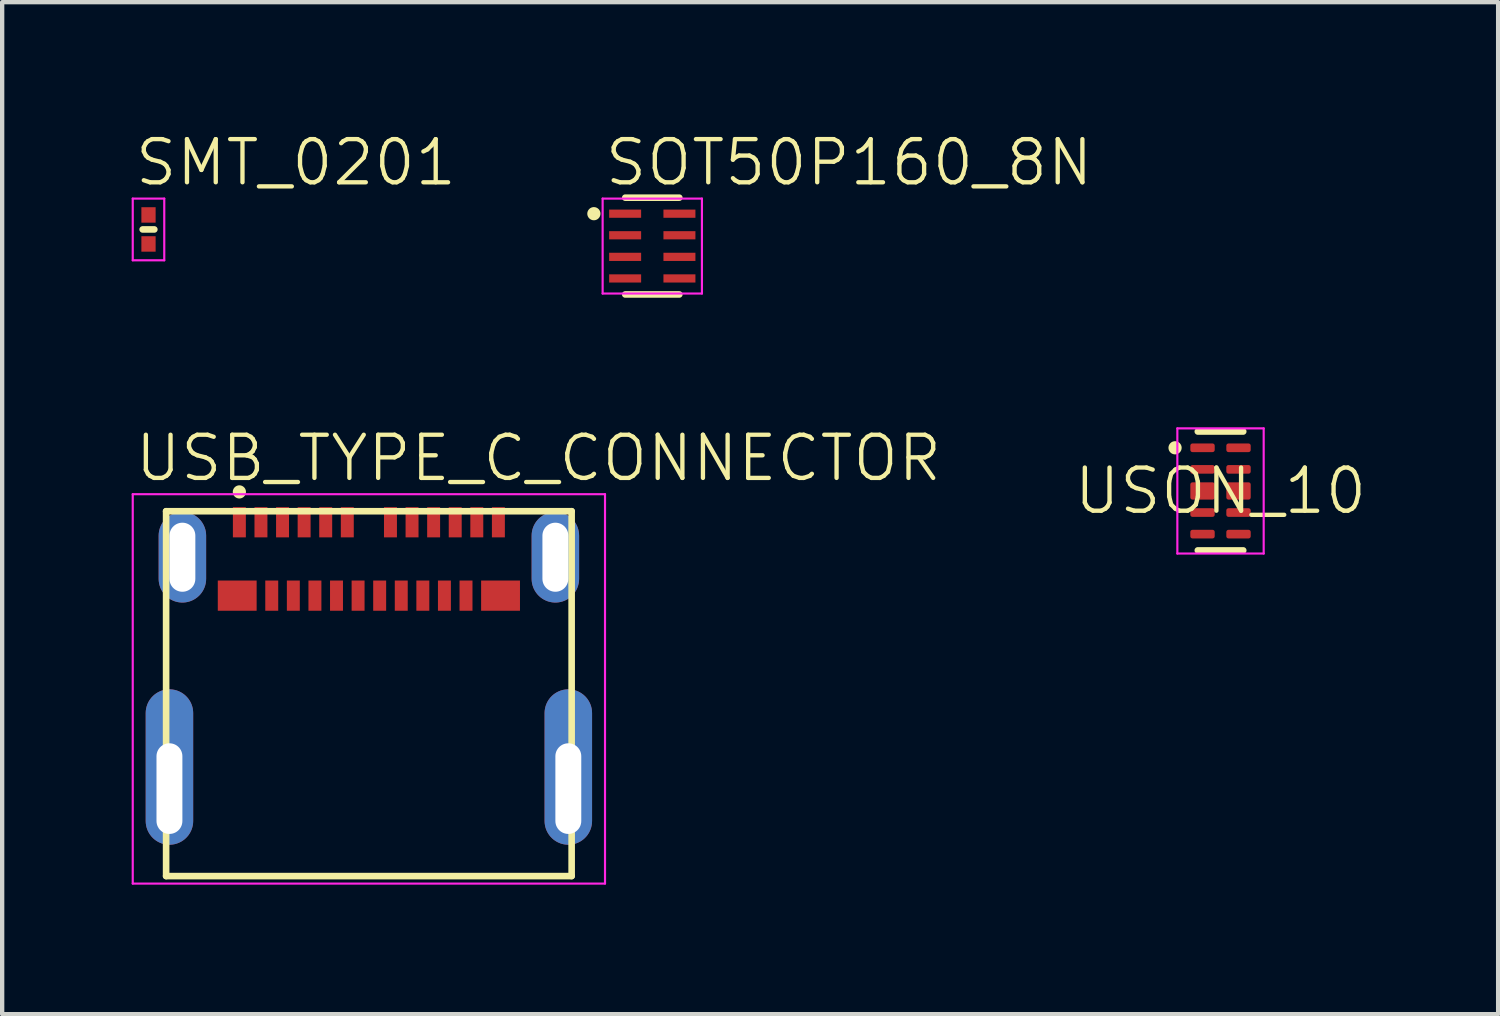
<source format=kicad_pcb>
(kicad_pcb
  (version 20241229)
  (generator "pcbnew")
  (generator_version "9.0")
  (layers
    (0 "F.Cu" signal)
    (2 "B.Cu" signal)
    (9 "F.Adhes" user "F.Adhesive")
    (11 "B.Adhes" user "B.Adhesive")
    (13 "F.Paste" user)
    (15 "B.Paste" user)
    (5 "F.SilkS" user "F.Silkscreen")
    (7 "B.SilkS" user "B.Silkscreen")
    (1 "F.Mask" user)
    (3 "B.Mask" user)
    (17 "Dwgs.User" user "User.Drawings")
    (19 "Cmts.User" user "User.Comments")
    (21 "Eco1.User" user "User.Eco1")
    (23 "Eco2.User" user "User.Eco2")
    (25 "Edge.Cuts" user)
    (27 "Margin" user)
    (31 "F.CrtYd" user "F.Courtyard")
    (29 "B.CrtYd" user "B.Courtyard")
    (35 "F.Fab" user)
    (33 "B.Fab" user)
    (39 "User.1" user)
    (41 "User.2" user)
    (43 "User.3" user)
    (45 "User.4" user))
  (footprint "USON_10"
    (layer "F.Cu")
    (at 25.223 8.323)
    (property "Reference" "USON_10" (at 0 0 0) (layer "F.SilkS") (effects (font (size 1 1) (thickness 0.1))))
    (fp_line (start -0.526 -1.377) (end 0.526 -1.377) (stroke (width 0.153) (type solid)) (layer "F.SilkS"))
    (fp_line (start -0.526 1.377) (end 0.526 1.377) (stroke (width 0.153) (type solid)) (layer "F.SilkS"))
    (fp_poly (pts (xy -0.9 -1) (xy -0.903 -1.03) (xy -0.912 -1.059) (xy -0.926 -1.085) (xy -0.945 -1.108) (xy -0.968 -1.127) (xy -0.994 -1.141) (xy -1.023 -1.15) (xy -1.053 -1.153) (xy -1.083 -1.15) (xy -1.112 -1.141) (xy -1.138 -1.127) (xy -1.161 -1.108) (xy -1.18 -1.085) (xy -1.194 -1.059) (xy -1.203 -1.03) (xy -1.206 -1) (xy -1.203 -0.97) (xy -1.194 -0.941) (xy -1.18 -0.915) (xy -1.161 -0.892) (xy -1.138 -0.873) (xy -1.112 -0.859) (xy -1.083 -0.85) (xy -1.053 -0.847) (xy -1.023 -0.85) (xy -0.994 -0.859) (xy -0.968 -0.873) (xy -0.945 -0.892) (xy -0.926 -0.915) (xy -0.912 -0.941) (xy -0.903 -0.97)) (stroke (width 0) (type solid)) (fill yes) (layer "F.SilkS"))
    (fp_line (start -1 -1.45) (end -1 1.45) (stroke (width 0.05) (type solid)) (layer "F.CrtYd"))
    (fp_line (start -1 1.45) (end 1 1.45) (stroke (width 0.05) (type solid)) (layer "F.CrtYd"))
    (fp_line (start 1 -1.45) (end -1 -1.45) (stroke (width 0.05) (type solid)) (layer "F.CrtYd"))
    (fp_line (start 1 1.45) (end 1 -1.45) (stroke (width 0.05) (type solid)) (layer "F.CrtYd"))
    (fp_line (start -0.5 0) (end 0.5 0) (stroke (width 0.1) (type solid)) (layer "User.2"))
    (fp_line (start 0 0.5) (end 0 -0.5) (stroke (width 0.1) (type solid)) (layer "User.2"))
    (pad "1" smd roundrect (at -0.417 -1) (size 0.565 0.2) (layers "F.Cu" "F.Mask" "F.Paste") (roundrect_rratio 0.25))
    (pad "2" smd roundrect (at -0.417 -0.5) (size 0.565 0.2) (layers "F.Cu" "F.Mask" "F.Paste") (roundrect_rratio 0.25))
    (pad "3" smd roundrect (at -0.417 0) (size 0.565 0.4) (layers "F.Cu" "F.Mask" "F.Paste") (roundrect_rratio 0.125))
    (pad "4" smd roundrect (at -0.417 0.5) (size 0.565 0.2) (layers "F.Cu" "F.Mask" "F.Paste") (roundrect_rratio 0.25))
    (pad "5" smd roundrect (at -0.417 1) (size 0.565 0.2) (layers "F.Cu" "F.Mask" "F.Paste") (roundrect_rratio 0.25))
    (pad "6" smd roundrect (at 0.417 1) (size 0.565 0.2) (layers "F.Cu" "F.Mask" "F.Paste") (roundrect_rratio 0.25))
    (pad "7" smd roundrect (at 0.417 0.5) (size 0.565 0.2) (layers "F.Cu" "F.Mask" "F.Paste") (roundrect_rratio 0.25))
    (pad "8" smd roundrect (at 0.417 0) (size 0.565 0.4) (layers "F.Cu" "F.Mask" "F.Paste") (roundrect_rratio 0.125))
    (pad "9" smd roundrect (at 0.417 -0.5) (size 0.565 0.2) (layers "F.Cu" "F.Mask" "F.Paste") (roundrect_rratio 0.25))
    (pad "10" smd roundrect (at 0.417 -1) (size 0.565 0.2) (layers "F.Cu" "F.Mask" "F.Paste") (roundrect_rratio 0.25)))
  (footprint "SMT_0201"
    (layer "F.Cu")
    (at 0.39 2.265)
    (property "Reference" "SMT_0201" (at -0.365 -0.965 0) (layer "F.SilkS") (effects (font (size 1 1) (thickness 0.1)) (justify left bottom)))
    (fp_line (start -0.135 0) (end 0.135 0) (stroke (width 0.153) (type solid)) (layer "F.SilkS"))
    (fp_line (start -0.365 -0.715) (end -0.365 0.715) (stroke (width 0.05) (type solid)) (layer "F.CrtYd"))
    (fp_line (start -0.365 0.715) (end 0.365 0.715) (stroke (width 0.05) (type solid)) (layer "F.CrtYd"))
    (fp_line (start 0.365 -0.715) (end -0.365 -0.715) (stroke (width 0.05) (type solid)) (layer "F.CrtYd"))
    (fp_line (start 0.365 0.715) (end 0.365 -0.715) (stroke (width 0.05) (type solid)) (layer "F.CrtYd"))
    (fp_line (start -0.182 0) (end 0.182 0) (stroke (width 0.1) (type solid)) (layer "User.2"))
    (fp_line (start 0 0.182) (end 0 -0.182) (stroke (width 0.1) (type solid)) (layer "User.2"))
    (pad "1" smd rect (at 0 -0.336) (size 0.33 0.358) (layers "F.Cu" "F.Mask" "F.Paste"))
    (pad "2" smd rect (at 0 0.336) (size 0.33 0.358) (layers "F.Cu" "F.Mask" "F.Paste")))
  (footprint "USB_TYPE_C_CONNECTOR"
    (layer "F.Cu")
    (at 5.495 13.018)
    (property "Reference" "USB_TYPE_C_CONNECTOR" (at -5.47 -4.87 0) (layer "F.SilkS") (effects (font (size 1 1) (thickness 0.1)) (justify left bottom)))
    (fp_line (start -4.697 -4.226) (end -4.697 4.226) (stroke (width 0.153) (type solid)) (layer "F.SilkS"))
    (fp_line (start -4.697 4.226) (end 4.697 4.226) (stroke (width 0.153) (type solid)) (layer "F.SilkS"))
    (fp_line (start 4.697 -4.226) (end -4.697 -4.226) (stroke (width 0.153) (type solid)) (layer "F.SilkS"))
    (fp_line (start 4.697 4.226) (end 4.697 -4.226) (stroke (width 0.153) (type solid)) (layer "F.SilkS"))
    (fp_poly (pts (xy -2.847 -4.673) (xy -2.85 -4.703) (xy -2.859 -4.732) (xy -2.873 -4.758) (xy -2.892 -4.781) (xy -2.915 -4.8) (xy -2.941 -4.814) (xy -2.97 -4.823) (xy -3 -4.826) (xy -3.03 -4.823) (xy -3.059 -4.814) (xy -3.085 -4.8) (xy -3.108 -4.781) (xy -3.127 -4.758) (xy -3.141 -4.732) (xy -3.15 -4.703) (xy -3.153 -4.673) (xy -3.15 -4.643) (xy -3.141 -4.614) (xy -3.127 -4.588) (xy -3.108 -4.565) (xy -3.085 -4.546) (xy -3.059 -4.532) (xy -3.03 -4.523) (xy -3 -4.52) (xy -2.97 -4.523) (xy -2.941 -4.532) (xy -2.915 -4.546) (xy -2.892 -4.565) (xy -2.873 -4.588) (xy -2.859 -4.614) (xy -2.85 -4.643)) (stroke (width 0) (type solid)) (fill yes) (layer "F.SilkS"))
    (fp_line (start -5.47 -4.62) (end -5.47 4.4) (stroke (width 0.05) (type solid)) (layer "F.CrtYd"))
    (fp_line (start -5.47 4.4) (end 5.47 4.4) (stroke (width 0.05) (type solid)) (layer "F.CrtYd"))
    (fp_line (start 5.47 -4.62) (end -5.47 -4.62) (stroke (width 0.05) (type solid)) (layer "F.CrtYd"))
    (fp_line (start 5.47 4.4) (end 5.47 -4.62) (stroke (width 0.05) (type solid)) (layer "F.CrtYd"))
    (fp_line (start -0.5 0) (end 0.5 0) (stroke (width 0.1) (type solid)) (layer "User.2"))
    (fp_line (start 0 0.5) (end 0 -0.5) (stroke (width 0.1) (type solid)) (layer "User.2"))
    (pad "A1" smd rect (at -3 -3.97) (size 0.3 0.7) (layers "F.Cu" "F.Mask" "F.Paste"))
    (pad "A2" smd rect (at -2.5 -3.97) (size 0.3 0.7) (layers "F.Cu" "F.Mask" "F.Paste"))
    (pad "A3" smd rect (at -2 -3.97) (size 0.3 0.7) (layers "F.Cu" "F.Mask" "F.Paste"))
    (pad "A4" smd rect (at -1.5 -3.97) (size 0.3 0.7) (layers "F.Cu" "F.Mask" "F.Paste"))
    (pad "A5" smd rect (at -1 -3.97) (size 0.3 0.7) (layers "F.Cu" "F.Mask" "F.Paste"))
    (pad "A6" smd rect (at -0.5 -3.97) (size 0.3 0.7) (layers "F.Cu" "F.Mask" "F.Paste"))
    (pad "A7" smd rect (at 0.5 -3.97) (size 0.3 0.7) (layers "F.Cu" "F.Mask" "F.Paste"))
    (pad "A8" smd rect (at 1 -3.97) (size 0.3 0.7) (layers "F.Cu" "F.Mask" "F.Paste"))
    (pad "A9" smd rect (at 1.5 -3.97) (size 0.3 0.7) (layers "F.Cu" "F.Mask" "F.Paste"))
    (pad "A10" smd rect (at 2 -3.97) (size 0.3 0.7) (layers "F.Cu" "F.Mask" "F.Paste"))
    (pad "A11" smd rect (at 2.5 -3.97) (size 0.3 0.7) (layers "F.Cu" "F.Mask" "F.Paste"))
    (pad "A12" smd rect (at 3 -3.97) (size 0.3 0.7) (layers "F.Cu" "F.Mask" "F.Paste"))
    (pad "B1" smd rect (at 3.05 -2.27) (size 0.9 0.7) (layers "F.Cu" "F.Mask" "F.Paste"))
    (pad "B2" smd rect (at 2.25 -2.27) (size 0.3 0.7) (layers "F.Cu" "F.Mask" "F.Paste"))
    (pad "B3" smd rect (at 1.75 -2.27) (size 0.3 0.7) (layers "F.Cu" "F.Mask" "F.Paste"))
    (pad "B4" smd rect (at 1.25 -2.27) (size 0.3 0.7) (layers "F.Cu" "F.Mask" "F.Paste"))
    (pad "B5" smd rect (at 0.75 -2.27) (size 0.3 0.7) (layers "F.Cu" "F.Mask" "F.Paste"))
    (pad "B6" smd rect (at 0.25 -2.27) (size 0.3 0.7) (layers "F.Cu" "F.Mask" "F.Paste"))
    (pad "B7" smd rect (at -0.25 -2.27) (size 0.3 0.7) (layers "F.Cu" "F.Mask" "F.Paste"))
    (pad "B8" smd rect (at -0.75 -2.27) (size 0.3 0.7) (layers "F.Cu" "F.Mask" "F.Paste"))
    (pad "B9" smd rect (at -1.25 -2.27) (size 0.3 0.7) (layers "F.Cu" "F.Mask" "F.Paste"))
    (pad "B10" smd rect (at -1.75 -2.27) (size 0.3 0.7) (layers "F.Cu" "F.Mask" "F.Paste"))
    (pad "B11" smd rect (at -2.25 -2.27) (size 0.3 0.7) (layers "F.Cu" "F.Mask" "F.Paste"))
    (pad "B12" smd rect (at -3.05 -2.27) (size 0.9 0.7) (layers "F.Cu" "F.Mask" "F.Paste"))
    (pad "M1" thru_hole oval (at -4.32 -3.16) (size 1.1 2.1) (drill oval 0.6 1.6) (layers "*.Cu" "*.Mask"))
    (pad "M2" thru_hole oval (at 4.32 -3.16) (size 1.1 2.1) (drill oval 0.6 1.6) (layers "*.Cu" "*.Mask"))
    (pad "M3" thru_hole oval (at -4.62 2.2) (size 1.1 3.6) (drill oval 0.6 2.1 (offset 0 -0.5)) (layers "*.Cu" "*.Mask"))
    (pad "M4" thru_hole oval (at 4.62 2.2) (size 1.1 3.6) (drill oval 0.6 2.1 (offset 0 -0.5)) (layers "*.Cu" "*.Mask")))
  (footprint "SOT50P160_8N"
    (layer "F.Cu")
    (at 12.06 2.65)
    (property "Reference" "SOT50P160_8N" (at -1.15 -1.35 0) (layer "F.SilkS") (effects (font (size 1 1) (thickness 0.1)) (justify left bottom)))
    (fp_line (start -0.626 -1.121) (end 0.626 -1.121) (stroke (width 0.153) (type solid)) (layer "F.SilkS"))
    (fp_line (start -0.626 1.121) (end 0.626 1.121) (stroke (width 0.153) (type solid)) (layer "F.SilkS"))
    (fp_poly (pts (xy -1.2 -0.75) (xy -1.203 -0.78) (xy -1.212 -0.809) (xy -1.226 -0.835) (xy -1.245 -0.858) (xy -1.268 -0.877) (xy -1.294 -0.891) (xy -1.323 -0.9) (xy -1.353 -0.903) (xy -1.383 -0.9) (xy -1.412 -0.891) (xy -1.438 -0.877) (xy -1.461 -0.858) (xy -1.48 -0.835) (xy -1.494 -0.809) (xy -1.503 -0.78) (xy -1.506 -0.75) (xy -1.503 -0.72) (xy -1.494 -0.691) (xy -1.48 -0.665) (xy -1.461 -0.642) (xy -1.438 -0.623) (xy -1.412 -0.609) (xy -1.383 -0.6) (xy -1.353 -0.597) (xy -1.323 -0.6) (xy -1.294 -0.609) (xy -1.268 -0.623) (xy -1.245 -0.642) (xy -1.226 -0.665) (xy -1.212 -0.691) (xy -1.203 -0.72)) (stroke (width 0) (type solid)) (fill yes) (layer "F.SilkS"))
    (fp_line (start -1.15 -1.1) (end -1.15 1.1) (stroke (width 0.05) (type solid)) (layer "F.CrtYd"))
    (fp_line (start -1.15 1.1) (end 1.15 1.1) (stroke (width 0.05) (type solid)) (layer "F.CrtYd"))
    (fp_line (start 1.15 -1.1) (end -1.15 -1.1) (stroke (width 0.05) (type solid)) (layer "F.CrtYd"))
    (fp_line (start 1.15 1.1) (end 1.15 -1.1) (stroke (width 0.05) (type solid)) (layer "F.CrtYd"))
    (fp_line (start -0.5 0) (end 0.5 0) (stroke (width 0.1) (type solid)) (layer "User.2"))
    (fp_line (start 0 0.5) (end 0 -0.5) (stroke (width 0.1) (type solid)) (layer "User.2"))
    (pad "1" smd rect (at -0.629 -0.75) (size 0.741 0.19) (layers "F.Cu" "F.Mask" "F.Paste"))
    (pad "2" smd rect (at -0.629 -0.25) (size 0.741 0.19) (layers "F.Cu" "F.Mask" "F.Paste"))
    (pad "3" smd rect (at -0.629 0.25) (size 0.741 0.19) (layers "F.Cu" "F.Mask" "F.Paste"))
    (pad "4" smd rect (at -0.629 0.75) (size 0.741 0.19) (layers "F.Cu" "F.Mask" "F.Paste"))
    (pad "5" smd rect (at 0.629 0.75 180) (size 0.741 0.19) (layers "F.Cu" "F.Mask" "F.Paste"))
    (pad "6" smd rect (at 0.629 0.25 180) (size 0.741 0.19) (layers "F.Cu" "F.Mask" "F.Paste"))
    (pad "7" smd rect (at 0.629 -0.25 180) (size 0.741 0.19) (layers "F.Cu" "F.Mask" "F.Paste"))
    (pad "8" smd rect (at 0.629 -0.75 180) (size 0.741 0.19) (layers "F.Cu" "F.Mask" "F.Paste")))
  (gr_rect
    (start -3 -3)
    (end 31.654 20.443)
    (stroke (width 0.1) (type default))
    (fill no)
    (layer "Edge.Cuts")))
</source>
